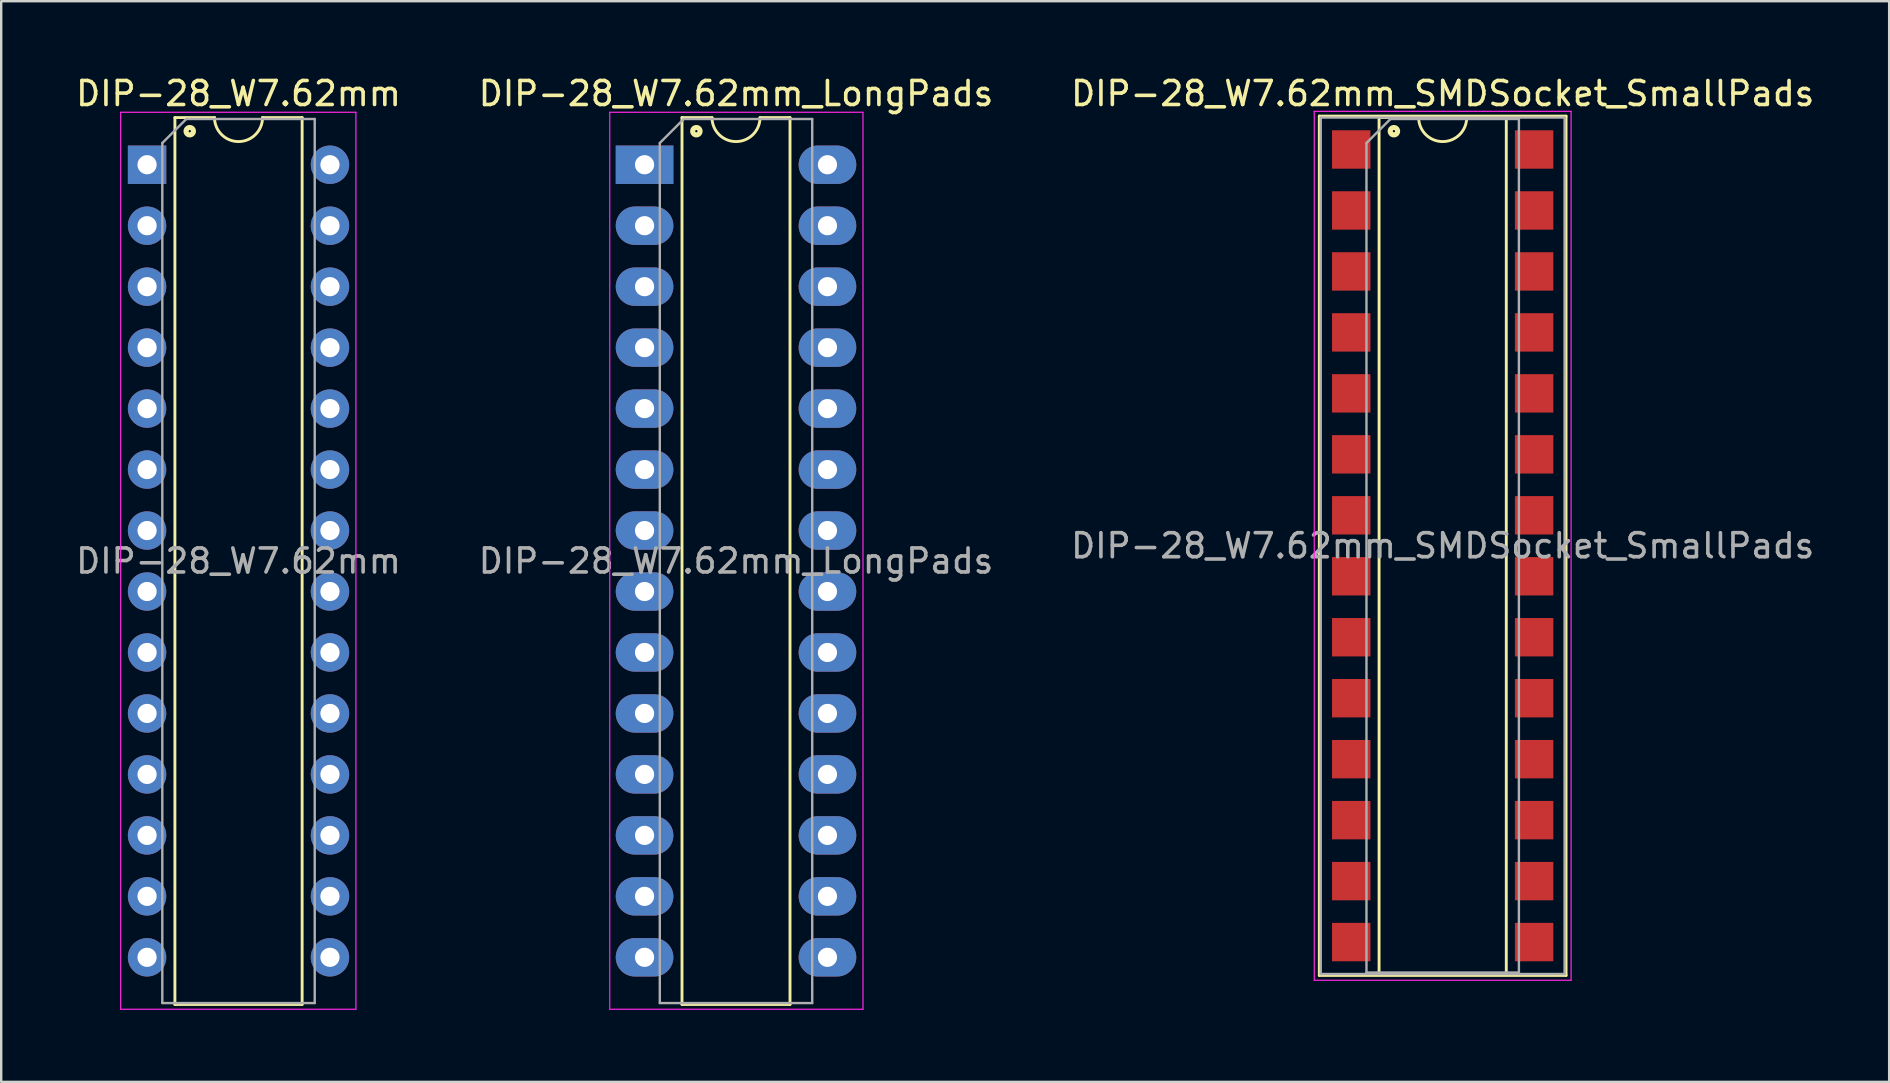
<source format=kicad_pcb>
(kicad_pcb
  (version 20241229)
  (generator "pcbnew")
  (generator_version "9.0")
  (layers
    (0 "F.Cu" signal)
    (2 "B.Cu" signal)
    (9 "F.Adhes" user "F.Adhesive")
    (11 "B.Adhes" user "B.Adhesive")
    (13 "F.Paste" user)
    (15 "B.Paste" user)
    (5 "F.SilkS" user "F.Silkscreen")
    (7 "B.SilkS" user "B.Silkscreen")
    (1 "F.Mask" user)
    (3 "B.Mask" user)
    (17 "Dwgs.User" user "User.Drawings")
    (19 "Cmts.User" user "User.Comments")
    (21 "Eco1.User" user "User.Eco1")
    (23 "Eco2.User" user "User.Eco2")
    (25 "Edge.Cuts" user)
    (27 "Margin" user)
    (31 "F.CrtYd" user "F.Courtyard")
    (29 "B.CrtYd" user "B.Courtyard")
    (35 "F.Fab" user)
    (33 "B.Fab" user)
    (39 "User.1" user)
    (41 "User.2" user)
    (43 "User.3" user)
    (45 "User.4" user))
  (footprint "DIP-28_W7.62mm"
    (layer "F.Cu")
    (at 3.077 3.813)
    (property "Reference" "DIP-28_W7.62mm" (at 3.81 -2.965 0) (layer "F.SilkS") (effects (font (size 1 1) (thickness 0.15))))
    (attr through_hole)
    (fp_line (start 1.16 -1.965) (end 1.16 34.985) (stroke (width 0.12) (type solid)) (layer "F.SilkS"))
    (fp_line (start 1.16 34.985) (end 6.46 34.985) (stroke (width 0.12) (type solid)) (layer "F.SilkS"))
    (fp_line (start 2.81 -1.965) (end 1.16 -1.965) (stroke (width 0.12) (type solid)) (layer "F.SilkS"))
    (fp_line (start 6.46 -1.965) (end 4.81 -1.965) (stroke (width 0.12) (type solid)) (layer "F.SilkS"))
    (fp_line (start 6.46 34.985) (end 6.46 -1.965) (stroke (width 0.12) (type solid)) (layer "F.SilkS"))
    (fp_arc (start 4.81 -1.965) (mid 3.81 -0.965) (end 2.81 -1.965) (stroke (width 0.12) (type solid)) (layer "F.SilkS"))
    (fp_circle (center 1.778 -1.397) (end 1.828 -1.397) (stroke (width 0.12) (type solid)) (fill no) (layer "F.SilkS"))
    (fp_circle (center 1.778 -1.397) (end 1.903 -1.397) (stroke (width 0.12) (type solid)) (fill no) (layer "F.SilkS"))
    (fp_circle (center 1.778 -1.397) (end 1.978 -1.397) (stroke (width 0.12) (type solid)) (fill no) (layer "F.SilkS"))
    (fp_line (start -1.1 -2.185) (end -1.1 35.185) (stroke (width 0.05) (type solid)) (layer "F.CrtYd"))
    (fp_line (start -1.1 35.185) (end 8.7 35.185) (stroke (width 0.05) (type solid)) (layer "F.CrtYd"))
    (fp_line (start 8.7 -2.185) (end -1.1 -2.185) (stroke (width 0.05) (type solid)) (layer "F.CrtYd"))
    (fp_line (start 8.7 35.185) (end 8.7 -2.185) (stroke (width 0.05) (type solid)) (layer "F.CrtYd"))
    (fp_line (start 0.635 -0.905) (end 1.635 -1.905) (stroke (width 0.1) (type solid)) (layer "F.Fab"))
    (fp_line (start 0.635 34.925) (end 0.635 -0.905) (stroke (width 0.1) (type solid)) (layer "F.Fab"))
    (fp_line (start 1.635 -1.905) (end 6.985 -1.905) (stroke (width 0.1) (type solid)) (layer "F.Fab"))
    (fp_line (start 6.985 -1.905) (end 6.985 34.925) (stroke (width 0.1) (type solid)) (layer "F.Fab"))
    (fp_line (start 6.985 34.925) (end 0.635 34.925) (stroke (width 0.1) (type solid)) (layer "F.Fab"))
    (fp_text user "${REFERENCE}" (at 3.81 16.51 0) (layer "F.Fab") (effects (font (size 1 1) (thickness 0.15))))
    (pad "1" thru_hole rect (at 0 0) (size 1.6 1.6) (drill 0.8) (layers "*.Cu" "*.Mask"))
    (pad "2" thru_hole oval (at 0 2.54) (size 1.6 1.6) (drill 0.8) (layers "*.Cu" "*.Mask"))
    (pad "3" thru_hole oval (at 0 5.08) (size 1.6 1.6) (drill 0.8) (layers "*.Cu" "*.Mask"))
    (pad "4" thru_hole oval (at 0 7.62) (size 1.6 1.6) (drill 0.8) (layers "*.Cu" "*.Mask"))
    (pad "5" thru_hole oval (at 0 10.16) (size 1.6 1.6) (drill 0.8) (layers "*.Cu" "*.Mask"))
    (pad "6" thru_hole oval (at 0 12.7) (size 1.6 1.6) (drill 0.8) (layers "*.Cu" "*.Mask"))
    (pad "7" thru_hole oval (at 0 15.24) (size 1.6 1.6) (drill 0.8) (layers "*.Cu" "*.Mask"))
    (pad "8" thru_hole oval (at 0 17.78) (size 1.6 1.6) (drill 0.8) (layers "*.Cu" "*.Mask"))
    (pad "9" thru_hole oval (at 0 20.32) (size 1.6 1.6) (drill 0.8) (layers "*.Cu" "*.Mask"))
    (pad "10" thru_hole oval (at 0 22.86) (size 1.6 1.6) (drill 0.8) (layers "*.Cu" "*.Mask"))
    (pad "11" thru_hole oval (at 0 25.4) (size 1.6 1.6) (drill 0.8) (layers "*.Cu" "*.Mask"))
    (pad "12" thru_hole oval (at 0 27.94) (size 1.6 1.6) (drill 0.8) (layers "*.Cu" "*.Mask"))
    (pad "13" thru_hole oval (at 0 30.48) (size 1.6 1.6) (drill 0.8) (layers "*.Cu" "*.Mask"))
    (pad "14" thru_hole oval (at 0 33.02) (size 1.6 1.6) (drill 0.8) (layers "*.Cu" "*.Mask"))
    (pad "15" thru_hole oval (at 7.62 33.02) (size 1.6 1.6) (drill 0.8) (layers "*.Cu" "*.Mask"))
    (pad "16" thru_hole oval (at 7.62 30.48) (size 1.6 1.6) (drill 0.8) (layers "*.Cu" "*.Mask"))
    (pad "17" thru_hole oval (at 7.62 27.94) (size 1.6 1.6) (drill 0.8) (layers "*.Cu" "*.Mask"))
    (pad "18" thru_hole oval (at 7.62 25.4) (size 1.6 1.6) (drill 0.8) (layers "*.Cu" "*.Mask"))
    (pad "19" thru_hole oval (at 7.62 22.86) (size 1.6 1.6) (drill 0.8) (layers "*.Cu" "*.Mask"))
    (pad "20" thru_hole oval (at 7.62 20.32) (size 1.6 1.6) (drill 0.8) (layers "*.Cu" "*.Mask"))
    (pad "21" thru_hole oval (at 7.62 17.78) (size 1.6 1.6) (drill 0.8) (layers "*.Cu" "*.Mask"))
    (pad "22" thru_hole oval (at 7.62 15.24) (size 1.6 1.6) (drill 0.8) (layers "*.Cu" "*.Mask"))
    (pad "23" thru_hole oval (at 7.62 12.7) (size 1.6 1.6) (drill 0.8) (layers "*.Cu" "*.Mask"))
    (pad "24" thru_hole oval (at 7.62 10.16) (size 1.6 1.6) (drill 0.8) (layers "*.Cu" "*.Mask"))
    (pad "25" thru_hole oval (at 7.62 7.62) (size 1.6 1.6) (drill 0.8) (layers "*.Cu" "*.Mask"))
    (pad "26" thru_hole oval (at 7.62 5.08) (size 1.6 1.6) (drill 0.8) (layers "*.Cu" "*.Mask"))
    (pad "27" thru_hole oval (at 7.62 2.54) (size 1.6 1.6) (drill 0.8) (layers "*.Cu" "*.Mask"))
    (pad "28" thru_hole oval (at 7.62 0) (size 1.6 1.6) (drill 0.8) (layers "*.Cu" "*.Mask")))
  (footprint "DIP-28_W7.62mm_SMDSocket_SmallPads"
    (layer "F.Cu")
    (at 57.054 19.688)
    (property "Reference" "DIP-28_W7.62mm_SMDSocket_SmallPads" (at 0 -18.84 0) (layer "F.SilkS") (effects (font (size 1 1) (thickness 0.15))))
    (attr smd)
    (fp_line (start -5.14 -17.9) (end -5.14 17.9) (stroke (width 0.12) (type solid)) (layer "F.SilkS"))
    (fp_line (start -5.14 17.9) (end 5.14 17.9) (stroke (width 0.12) (type solid)) (layer "F.SilkS"))
    (fp_line (start -2.65 -17.84) (end -2.65 17.84) (stroke (width 0.12) (type solid)) (layer "F.SilkS"))
    (fp_line (start -2.65 17.84) (end 2.65 17.84) (stroke (width 0.12) (type solid)) (layer "F.SilkS"))
    (fp_line (start -1 -17.84) (end -2.65 -17.84) (stroke (width 0.12) (type solid)) (layer "F.SilkS"))
    (fp_line (start 2.65 -17.84) (end 1 -17.84) (stroke (width 0.12) (type solid)) (layer "F.SilkS"))
    (fp_line (start 2.65 17.84) (end 2.65 -17.84) (stroke (width 0.12) (type solid)) (layer "F.SilkS"))
    (fp_line (start 5.14 -17.9) (end -5.14 -17.9) (stroke (width 0.12) (type solid)) (layer "F.SilkS"))
    (fp_line (start 5.14 17.9) (end 5.14 -17.9) (stroke (width 0.12) (type solid)) (layer "F.SilkS"))
    (fp_arc (start 1 -17.84) (mid 0 -16.84) (end -1 -17.84) (stroke (width 0.12) (type solid)) (layer "F.SilkS"))
    (fp_circle (center -2.032 -17.272) (end -1.982 -17.272) (stroke (width 0.12) (type solid)) (fill no) (layer "F.SilkS"))
    (fp_circle (center -2.032 -17.272) (end -1.907 -17.272) (stroke (width 0.12) (type solid)) (fill no) (layer "F.SilkS"))
    (fp_circle (center -2.032 -17.272) (end -1.832 -17.272) (stroke (width 0.12) (type solid)) (fill no) (layer "F.SilkS"))
    (fp_line (start -5.35 -18.1) (end -5.35 18.1) (stroke (width 0.05) (type solid)) (layer "F.CrtYd"))
    (fp_line (start -5.35 18.1) (end 5.35 18.1) (stroke (width 0.05) (type solid)) (layer "F.CrtYd"))
    (fp_line (start 5.35 -18.1) (end -5.35 -18.1) (stroke (width 0.05) (type solid)) (layer "F.CrtYd"))
    (fp_line (start 5.35 18.1) (end 5.35 -18.1) (stroke (width 0.05) (type solid)) (layer "F.CrtYd"))
    (fp_line (start -5.08 -17.84) (end -5.08 17.84) (stroke (width 0.1) (type solid)) (layer "F.Fab"))
    (fp_line (start -5.08 17.84) (end 5.08 17.84) (stroke (width 0.1) (type solid)) (layer "F.Fab"))
    (fp_line (start -3.175 -16.78) (end -2.175 -17.78) (stroke (width 0.1) (type solid)) (layer "F.Fab"))
    (fp_line (start -3.175 17.78) (end -3.175 -16.78) (stroke (width 0.1) (type solid)) (layer "F.Fab"))
    (fp_line (start -2.175 -17.78) (end 3.175 -17.78) (stroke (width 0.1) (type solid)) (layer "F.Fab"))
    (fp_line (start 3.175 -17.78) (end 3.175 17.78) (stroke (width 0.1) (type solid)) (layer "F.Fab"))
    (fp_line (start 3.175 17.78) (end -3.175 17.78) (stroke (width 0.1) (type solid)) (layer "F.Fab"))
    (fp_line (start 5.08 -17.84) (end -5.08 -17.84) (stroke (width 0.1) (type solid)) (layer "F.Fab"))
    (fp_line (start 5.08 17.84) (end 5.08 -17.84) (stroke (width 0.1) (type solid)) (layer "F.Fab"))
    (fp_text user "${REFERENCE}" (at 0 0 0) (layer "F.Fab") (effects (font (size 1 1) (thickness 0.15))))
    (pad "1" smd rect (at -3.81 -16.51) (size 1.6 1.6) (layers "F.Cu" "F.Mask" "F.Paste"))
    (pad "2" smd rect (at -3.81 -13.97) (size 1.6 1.6) (layers "F.Cu" "F.Mask" "F.Paste"))
    (pad "3" smd rect (at -3.81 -11.43) (size 1.6 1.6) (layers "F.Cu" "F.Mask" "F.Paste"))
    (pad "4" smd rect (at -3.81 -8.89) (size 1.6 1.6) (layers "F.Cu" "F.Mask" "F.Paste"))
    (pad "5" smd rect (at -3.81 -6.35) (size 1.6 1.6) (layers "F.Cu" "F.Mask" "F.Paste"))
    (pad "6" smd rect (at -3.81 -3.81) (size 1.6 1.6) (layers "F.Cu" "F.Mask" "F.Paste"))
    (pad "7" smd rect (at -3.81 -1.27) (size 1.6 1.6) (layers "F.Cu" "F.Mask" "F.Paste"))
    (pad "8" smd rect (at -3.81 1.27) (size 1.6 1.6) (layers "F.Cu" "F.Mask" "F.Paste"))
    (pad "9" smd rect (at -3.81 3.81) (size 1.6 1.6) (layers "F.Cu" "F.Mask" "F.Paste"))
    (pad "10" smd rect (at -3.81 6.35) (size 1.6 1.6) (layers "F.Cu" "F.Mask" "F.Paste"))
    (pad "11" smd rect (at -3.81 8.89) (size 1.6 1.6) (layers "F.Cu" "F.Mask" "F.Paste"))
    (pad "12" smd rect (at -3.81 11.43) (size 1.6 1.6) (layers "F.Cu" "F.Mask" "F.Paste"))
    (pad "13" smd rect (at -3.81 13.97) (size 1.6 1.6) (layers "F.Cu" "F.Mask" "F.Paste"))
    (pad "14" smd rect (at -3.81 16.51) (size 1.6 1.6) (layers "F.Cu" "F.Mask" "F.Paste"))
    (pad "15" smd rect (at 3.81 16.51) (size 1.6 1.6) (layers "F.Cu" "F.Mask" "F.Paste"))
    (pad "16" smd rect (at 3.81 13.97) (size 1.6 1.6) (layers "F.Cu" "F.Mask" "F.Paste"))
    (pad "17" smd rect (at 3.81 11.43) (size 1.6 1.6) (layers "F.Cu" "F.Mask" "F.Paste"))
    (pad "18" smd rect (at 3.81 8.89) (size 1.6 1.6) (layers "F.Cu" "F.Mask" "F.Paste"))
    (pad "19" smd rect (at 3.81 6.35) (size 1.6 1.6) (layers "F.Cu" "F.Mask" "F.Paste"))
    (pad "20" smd rect (at 3.81 3.81) (size 1.6 1.6) (layers "F.Cu" "F.Mask" "F.Paste"))
    (pad "21" smd rect (at 3.81 1.27) (size 1.6 1.6) (layers "F.Cu" "F.Mask" "F.Paste"))
    (pad "22" smd rect (at 3.81 -1.27) (size 1.6 1.6) (layers "F.Cu" "F.Mask" "F.Paste"))
    (pad "23" smd rect (at 3.81 -3.81) (size 1.6 1.6) (layers "F.Cu" "F.Mask" "F.Paste"))
    (pad "24" smd rect (at 3.81 -6.35) (size 1.6 1.6) (layers "F.Cu" "F.Mask" "F.Paste"))
    (pad "25" smd rect (at 3.81 -8.89) (size 1.6 1.6) (layers "F.Cu" "F.Mask" "F.Paste"))
    (pad "26" smd rect (at 3.81 -11.43) (size 1.6 1.6) (layers "F.Cu" "F.Mask" "F.Paste"))
    (pad "27" smd rect (at 3.81 -13.97) (size 1.6 1.6) (layers "F.Cu" "F.Mask" "F.Paste"))
    (pad "28" smd rect (at 3.81 -16.51) (size 1.6 1.6) (layers "F.Cu" "F.Mask" "F.Paste")))
  (footprint "DIP-28_W7.62mm_LongPads"
    (layer "F.Cu")
    (at 23.803 3.813)
    (property "Reference" "DIP-28_W7.62mm_LongPads" (at 3.81 -2.965 0) (layer "F.SilkS") (effects (font (size 1 1) (thickness 0.15))))
    (attr through_hole)
    (fp_line (start 1.56 -1.965) (end 1.56 34.985) (stroke (width 0.12) (type solid)) (layer "F.SilkS"))
    (fp_line (start 1.56 34.985) (end 6.06 34.985) (stroke (width 0.12) (type solid)) (layer "F.SilkS"))
    (fp_line (start 2.81 -1.965) (end 1.56 -1.965) (stroke (width 0.12) (type solid)) (layer "F.SilkS"))
    (fp_line (start 6.06 -1.965) (end 4.81 -1.965) (stroke (width 0.12) (type solid)) (layer "F.SilkS"))
    (fp_line (start 6.06 34.985) (end 6.06 -1.965) (stroke (width 0.12) (type solid)) (layer "F.SilkS"))
    (fp_arc (start 4.81 -1.965) (mid 3.81 -0.965) (end 2.81 -1.965) (stroke (width 0.12) (type solid)) (layer "F.SilkS"))
    (fp_circle (center 2.159 -1.397) (end 2.209 -1.397) (stroke (width 0.12) (type solid)) (fill no) (layer "F.SilkS"))
    (fp_circle (center 2.159 -1.397) (end 2.284 -1.397) (stroke (width 0.12) (type solid)) (fill no) (layer "F.SilkS"))
    (fp_circle (center 2.159 -1.397) (end 2.359 -1.397) (stroke (width 0.12) (type solid)) (fill no) (layer "F.SilkS"))
    (fp_line (start -1.45 -2.185) (end -1.45 35.185) (stroke (width 0.05) (type solid)) (layer "F.CrtYd"))
    (fp_line (start -1.45 35.185) (end 9.1 35.185) (stroke (width 0.05) (type solid)) (layer "F.CrtYd"))
    (fp_line (start 9.1 -2.185) (end -1.45 -2.185) (stroke (width 0.05) (type solid)) (layer "F.CrtYd"))
    (fp_line (start 9.1 35.185) (end 9.1 -2.185) (stroke (width 0.05) (type solid)) (layer "F.CrtYd"))
    (fp_line (start 0.635 -0.905) (end 1.635 -1.905) (stroke (width 0.1) (type solid)) (layer "F.Fab"))
    (fp_line (start 0.635 34.925) (end 0.635 -0.905) (stroke (width 0.1) (type solid)) (layer "F.Fab"))
    (fp_line (start 1.635 -1.905) (end 6.985 -1.905) (stroke (width 0.1) (type solid)) (layer "F.Fab"))
    (fp_line (start 6.985 -1.905) (end 6.985 34.925) (stroke (width 0.1) (type solid)) (layer "F.Fab"))
    (fp_line (start 6.985 34.925) (end 0.635 34.925) (stroke (width 0.1) (type solid)) (layer "F.Fab"))
    (fp_text user "${REFERENCE}" (at 3.81 16.51 0) (layer "F.Fab") (effects (font (size 1 1) (thickness 0.15))))
    (pad "1" thru_hole rect (at 0 0) (size 2.4 1.6) (drill 0.8) (layers "*.Cu" "*.Mask"))
    (pad "2" thru_hole oval (at 0 2.54) (size 2.4 1.6) (drill 0.8) (layers "*.Cu" "*.Mask"))
    (pad "3" thru_hole oval (at 0 5.08) (size 2.4 1.6) (drill 0.8) (layers "*.Cu" "*.Mask"))
    (pad "4" thru_hole oval (at 0 7.62) (size 2.4 1.6) (drill 0.8) (layers "*.Cu" "*.Mask"))
    (pad "5" thru_hole oval (at 0 10.16) (size 2.4 1.6) (drill 0.8) (layers "*.Cu" "*.Mask"))
    (pad "6" thru_hole oval (at 0 12.7) (size 2.4 1.6) (drill 0.8) (layers "*.Cu" "*.Mask"))
    (pad "7" thru_hole oval (at 0 15.24) (size 2.4 1.6) (drill 0.8) (layers "*.Cu" "*.Mask"))
    (pad "8" thru_hole oval (at 0 17.78) (size 2.4 1.6) (drill 0.8) (layers "*.Cu" "*.Mask"))
    (pad "9" thru_hole oval (at 0 20.32) (size 2.4 1.6) (drill 0.8) (layers "*.Cu" "*.Mask"))
    (pad "10" thru_hole oval (at 0 22.86) (size 2.4 1.6) (drill 0.8) (layers "*.Cu" "*.Mask"))
    (pad "11" thru_hole oval (at 0 25.4) (size 2.4 1.6) (drill 0.8) (layers "*.Cu" "*.Mask"))
    (pad "12" thru_hole oval (at 0 27.94) (size 2.4 1.6) (drill 0.8) (layers "*.Cu" "*.Mask"))
    (pad "13" thru_hole oval (at 0 30.48) (size 2.4 1.6) (drill 0.8) (layers "*.Cu" "*.Mask"))
    (pad "14" thru_hole oval (at 0 33.02) (size 2.4 1.6) (drill 0.8) (layers "*.Cu" "*.Mask"))
    (pad "15" thru_hole oval (at 7.62 33.02) (size 2.4 1.6) (drill 0.8) (layers "*.Cu" "*.Mask"))
    (pad "16" thru_hole oval (at 7.62 30.48) (size 2.4 1.6) (drill 0.8) (layers "*.Cu" "*.Mask"))
    (pad "17" thru_hole oval (at 7.62 27.94) (size 2.4 1.6) (drill 0.8) (layers "*.Cu" "*.Mask"))
    (pad "18" thru_hole oval (at 7.62 25.4) (size 2.4 1.6) (drill 0.8) (layers "*.Cu" "*.Mask"))
    (pad "19" thru_hole oval (at 7.62 22.86) (size 2.4 1.6) (drill 0.8) (layers "*.Cu" "*.Mask"))
    (pad "20" thru_hole oval (at 7.62 20.32) (size 2.4 1.6) (drill 0.8) (layers "*.Cu" "*.Mask"))
    (pad "21" thru_hole oval (at 7.62 17.78) (size 2.4 1.6) (drill 0.8) (layers "*.Cu" "*.Mask"))
    (pad "22" thru_hole oval (at 7.62 15.24) (size 2.4 1.6) (drill 0.8) (layers "*.Cu" "*.Mask"))
    (pad "23" thru_hole oval (at 7.62 12.7) (size 2.4 1.6) (drill 0.8) (layers "*.Cu" "*.Mask"))
    (pad "24" thru_hole oval (at 7.62 10.16) (size 2.4 1.6) (drill 0.8) (layers "*.Cu" "*.Mask"))
    (pad "25" thru_hole oval (at 7.62 7.62) (size 2.4 1.6) (drill 0.8) (layers "*.Cu" "*.Mask"))
    (pad "26" thru_hole oval (at 7.62 5.08) (size 2.4 1.6) (drill 0.8) (layers "*.Cu" "*.Mask"))
    (pad "27" thru_hole oval (at 7.62 2.54) (size 2.4 1.6) (drill 0.8) (layers "*.Cu" "*.Mask"))
    (pad "28" thru_hole oval (at 7.62 0) (size 2.4 1.6) (drill 0.8) (layers "*.Cu" "*.Mask")))
  (gr_rect
    (start -3 -3)
    (end 75.655 42.023)
    (stroke (width 0.1) (type default))
    (fill no)
    (layer "Edge.Cuts")))
</source>
